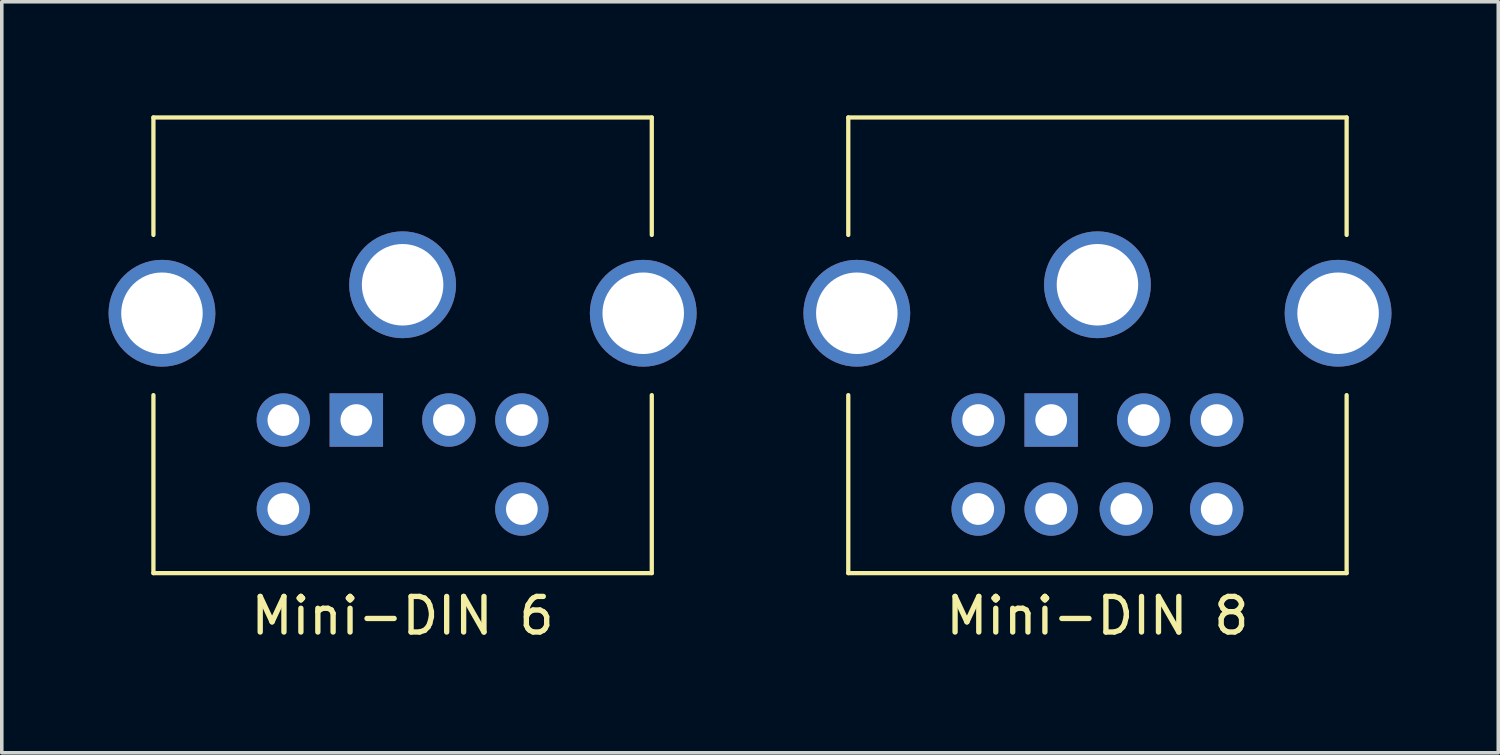
<source format=kicad_pcb>
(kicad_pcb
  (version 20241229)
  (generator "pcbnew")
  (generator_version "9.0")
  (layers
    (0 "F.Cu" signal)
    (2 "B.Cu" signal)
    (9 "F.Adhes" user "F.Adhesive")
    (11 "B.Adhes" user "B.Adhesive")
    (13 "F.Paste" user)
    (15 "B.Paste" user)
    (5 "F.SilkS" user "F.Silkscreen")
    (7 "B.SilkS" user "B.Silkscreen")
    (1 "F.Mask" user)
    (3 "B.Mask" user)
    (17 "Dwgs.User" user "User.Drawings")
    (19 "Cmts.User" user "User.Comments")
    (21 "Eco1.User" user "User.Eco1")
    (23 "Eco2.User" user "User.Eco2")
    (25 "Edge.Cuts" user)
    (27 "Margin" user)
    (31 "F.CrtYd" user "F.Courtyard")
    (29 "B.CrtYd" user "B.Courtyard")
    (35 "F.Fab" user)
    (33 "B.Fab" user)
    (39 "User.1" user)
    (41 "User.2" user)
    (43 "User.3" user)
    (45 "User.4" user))
  (footprint "Mini-DIN 8"
    (layer "F.Cu")
    (at 27.78 0.25)
    (property "Reference" "Mini-DIN 8" (at 0 14 0) (unlocked yes) (layer "F.SilkS") (effects (font (size 1 1) (thickness 0.15))))
    (attr through_hole)
    (fp_line (start -7 0) (end -7 3.3) (stroke (width 0.12) (type solid)) (layer "F.SilkS"))
    (fp_line (start -7 0) (end 7 0) (stroke (width 0.12) (type solid)) (layer "F.SilkS"))
    (fp_line (start -7 12.8) (end -7 7.8) (stroke (width 0.12) (type solid)) (layer "F.SilkS"))
    (fp_line (start -7 12.8) (end 7 12.8) (stroke (width 0.12) (type solid)) (layer "F.SilkS"))
    (fp_line (start 7 0) (end 7 3.3) (stroke (width 0.12) (type solid)) (layer "F.SilkS"))
    (fp_line (start 7 12.8) (end 7 7.8) (stroke (width 0.12) (type solid)) (layer "F.SilkS"))
    (pad "" np_thru_hole circle (at -6.76 5.5) (size 3 3) (drill 2.29) (layers "*.Cu" "*.Mask"))
    (pad "" np_thru_hole circle (at 0 4.7) (size 3 3) (drill 2.29) (layers "*.Cu" "*.Mask"))
    (pad "" np_thru_hole circle (at 6.76 5.5) (size 3 3) (drill 2.29) (layers "*.Cu" "*.Mask"))
    (pad "1" thru_hole rect (at -1.3 8.5) (size 1.5 1.5) (drill 0.89) (layers "*.Cu" "*.Mask"))
    (pad "2" thru_hole circle (at 1.3 8.5) (size 1.5 1.5) (drill 0.89) (layers "*.Cu" "*.Mask"))
    (pad "3" thru_hole circle (at 3.35 8.5) (size 1.5 1.5) (drill 0.89) (layers "*.Cu" "*.Mask"))
    (pad "4" thru_hole circle (at -1.3 11) (size 1.5 1.5) (drill 0.89) (layers "*.Cu" "*.Mask"))
    (pad "5" thru_hole circle (at -3.35 8.5) (size 1.5 1.5) (drill 0.89) (layers "*.Cu" "*.Mask"))
    (pad "6" thru_hole circle (at -3.35 11) (size 1.5 1.5) (drill 0.89) (layers "*.Cu" "*.Mask"))
    (pad "7" thru_hole circle (at 0.81 11) (size 1.5 1.5) (drill 0.89) (layers "*.Cu" "*.Mask"))
    (pad "8" thru_hole circle (at 3.35 11) (size 1.5 1.5) (drill 0.89) (layers "*.Cu" "*.Mask")))
  (footprint "Mini-DIN 6"
    (layer "F.Cu")
    (at 8.26 0.25)
    (property "Reference" "Mini-DIN 6" (at 0 14 0) (unlocked yes) (layer "F.SilkS") (effects (font (size 1 1) (thickness 0.15))))
    (attr through_hole)
    (fp_line (start -7 0) (end -7 3.3) (stroke (width 0.12) (type solid)) (layer "F.SilkS"))
    (fp_line (start -7 0) (end 7 0) (stroke (width 0.12) (type solid)) (layer "F.SilkS"))
    (fp_line (start -7 12.8) (end -7 7.8) (stroke (width 0.12) (type solid)) (layer "F.SilkS"))
    (fp_line (start -7 12.8) (end 7 12.8) (stroke (width 0.12) (type solid)) (layer "F.SilkS"))
    (fp_line (start 7 0) (end 7 3.3) (stroke (width 0.12) (type solid)) (layer "F.SilkS"))
    (fp_line (start 7 12.8) (end 7 7.8) (stroke (width 0.12) (type solid)) (layer "F.SilkS"))
    (pad "" np_thru_hole circle (at -6.76 5.5) (size 3 3) (drill 2.29) (layers "*.Cu" "*.Mask"))
    (pad "" np_thru_hole circle (at 0 4.7) (size 3 3) (drill 2.29) (layers "*.Cu" "*.Mask"))
    (pad "" np_thru_hole circle (at 6.76 5.5) (size 3 3) (drill 2.29) (layers "*.Cu" "*.Mask"))
    (pad "1" thru_hole rect (at -1.3 8.5) (size 1.5 1.5) (drill 0.89) (layers "*.Cu" "*.Mask"))
    (pad "2" thru_hole circle (at 1.3 8.5) (size 1.5 1.5) (drill 0.89) (layers "*.Cu" "*.Mask"))
    (pad "3" thru_hole circle (at 3.35 8.5) (size 1.5 1.5) (drill 0.89) (layers "*.Cu" "*.Mask"))
    (pad "4" thru_hole circle (at -3.35 8.5) (size 1.5 1.5) (drill 0.89) (layers "*.Cu" "*.Mask"))
    (pad "5" thru_hole circle (at -3.35 11) (size 1.5 1.5) (drill 0.89) (layers "*.Cu" "*.Mask"))
    (pad "6" thru_hole circle (at 3.35 11) (size 1.5 1.5) (drill 0.89) (layers "*.Cu" "*.Mask")))
  (gr_rect
    (start -3 -3)
    (end 39.04 18.098)
    (stroke (width 0.1) (type default))
    (fill no)
    (layer "Edge.Cuts")))
</source>
